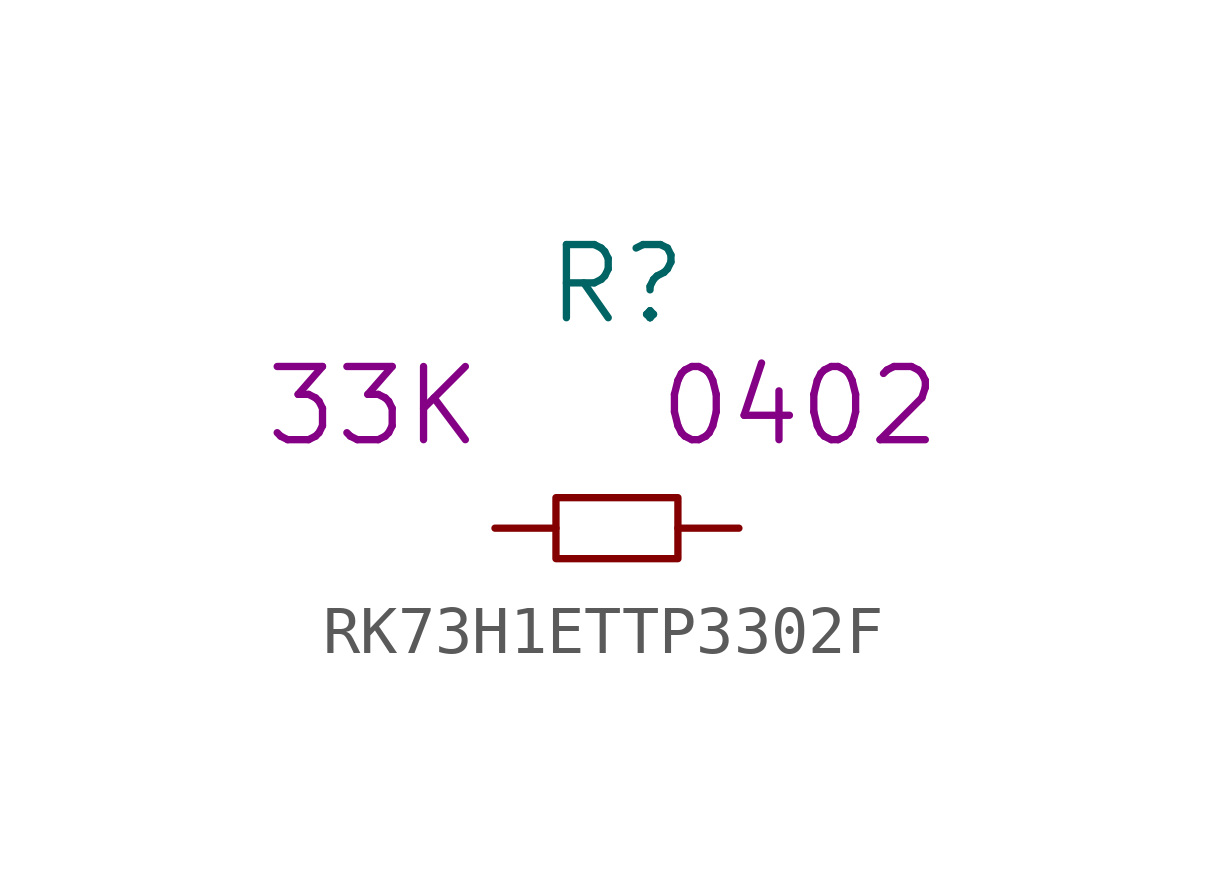
<source format=kicad_sym>
(kicad_symbol_lib
  (version 20220914)
  (generator kicad_symbol_editor)
  (symbol "RK73H1ETTP3302F"
    (pin_numbers hide)
    (pin_names
      (offset 1.016) hide)
    (property "Reference" "R"
      (at 0 5.08 0)
      (effects (font (size 1.524 1.524))))
    (property "Value2" "33K"
      (at -5.08 2.54 0)
      (effects (font (size 1.524 1.524))))
    (property "Size" "0402"
      (at 3.81 2.54 0)
      (effects (font (size 1.524 1.524))))
    (symbol "RK73H1ETTP3302F_0_1"
      (rectangle (start -1.27 0.635) (end 1.27 -0.635) (stroke (width 0) (type solid)) (fill (type none))))
    (symbol "RK73H1ETTP3302F_1_1"
      (pin passive line (at -2.54 0 0) (length 1.27) (name "1" (effects (font (size 1.27 1.27)))) (number "1" (effects (font (size 1.27 1.27)))))
      (pin passive line (at 2.54 0 180) (length 1.27) (name "2" (effects (font (size 1.27 1.27)))) (number "2" (effects (font (size 1.27 1.27))))))))
</source>
